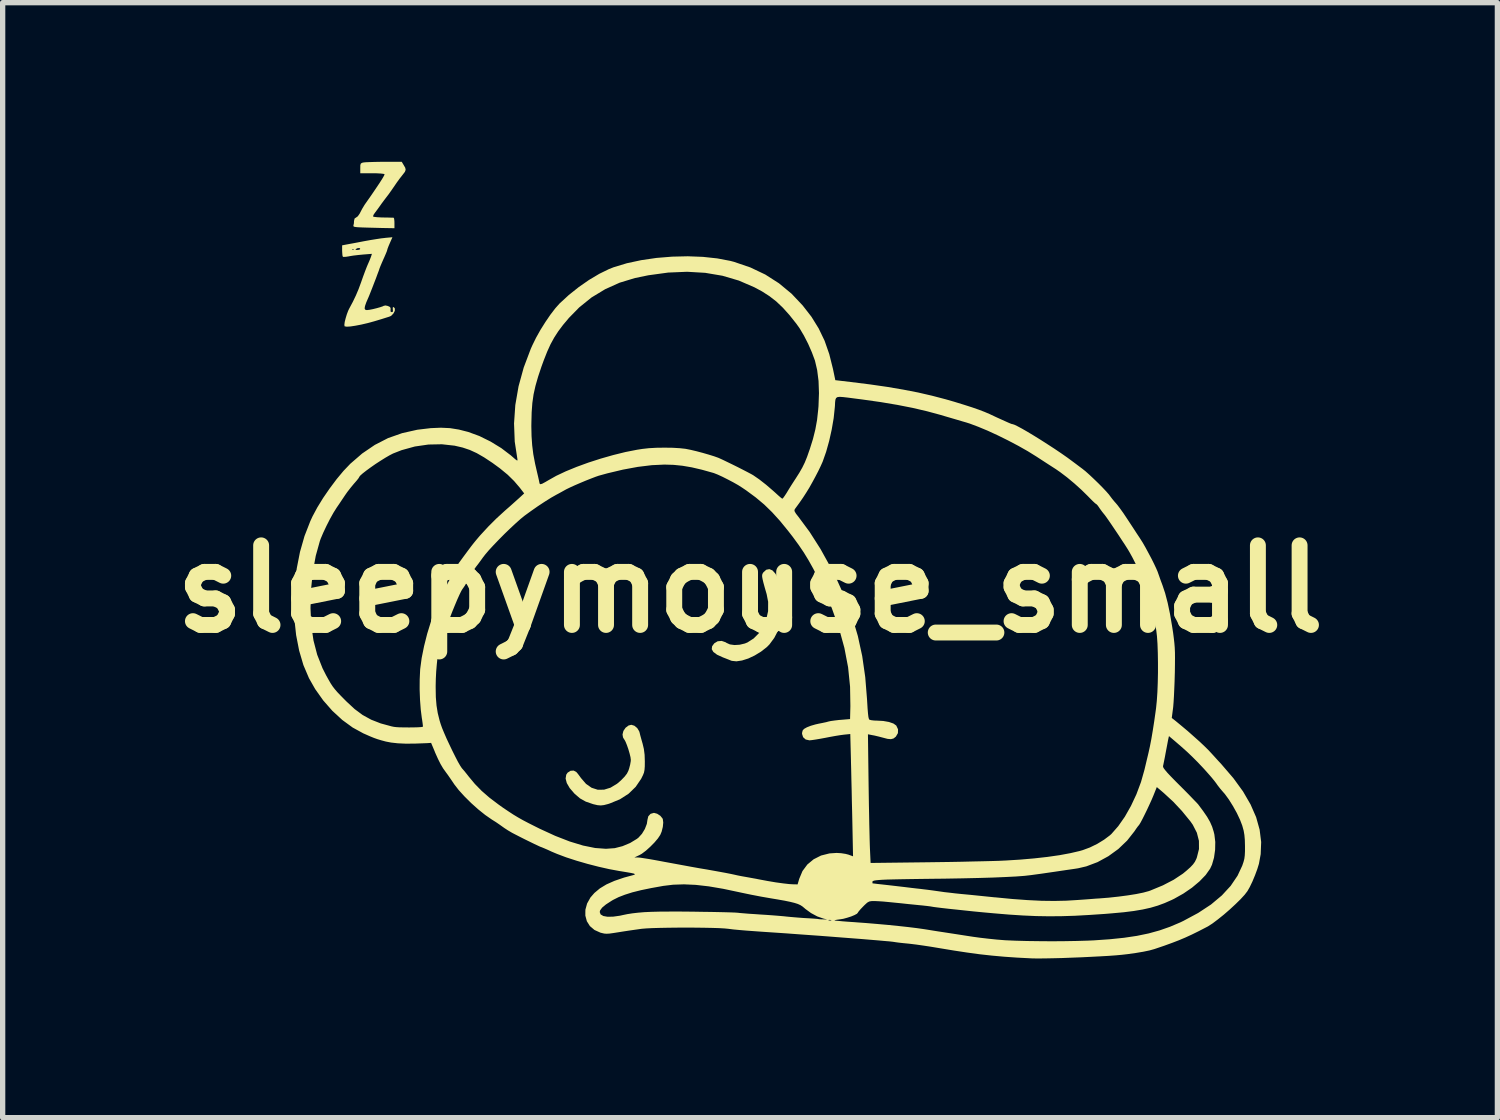
<source format=kicad_pcb>
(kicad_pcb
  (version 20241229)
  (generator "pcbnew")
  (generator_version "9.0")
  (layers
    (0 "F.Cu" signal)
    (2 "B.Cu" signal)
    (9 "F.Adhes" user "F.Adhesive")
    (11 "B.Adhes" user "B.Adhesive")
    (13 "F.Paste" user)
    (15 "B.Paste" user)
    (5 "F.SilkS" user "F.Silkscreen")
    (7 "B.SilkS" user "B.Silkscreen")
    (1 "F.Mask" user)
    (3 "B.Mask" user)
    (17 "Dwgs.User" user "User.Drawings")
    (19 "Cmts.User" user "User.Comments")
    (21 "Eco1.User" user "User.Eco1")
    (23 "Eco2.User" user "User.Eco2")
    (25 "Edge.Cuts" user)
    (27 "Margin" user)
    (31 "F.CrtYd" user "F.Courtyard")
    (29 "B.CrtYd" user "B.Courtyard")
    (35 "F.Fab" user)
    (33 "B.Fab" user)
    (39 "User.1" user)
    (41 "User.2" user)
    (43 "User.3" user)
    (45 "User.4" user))
  (footprint "sleepymouse_small"
    (layer "F.Cu")
    (at 11.086 8.05)
    (property "Reference" "sleepymouse_small" (at 0 0 0) (layer "F.SilkS") (effects (font (size 1.5 1.5) (thickness 0.3))))
    (attr board_only exclude_from_pos_files exclude_from_bom)
    (fp_poly (pts (xy 0.422 -0.35) (xy 0.476 -0.291) (xy 0.499 -0.253) (xy 0.533 -0.174) (xy 0.567 -0.074) (xy 0.599 0.036) (xy 0.624 0.144) (xy 0.641 0.236) (xy 0.645 0.289) (xy 0.631 0.45) (xy 0.592 0.615) (xy 0.533 0.776) (xy 0.456 0.923) (xy 0.366 1.045) (xy 0.317 1.095) (xy 0.207 1.181) (xy 0.087 1.254) (xy -0.034 1.311) (xy -0.151 1.348) (xy -0.257 1.364) (xy -0.343 1.355) (xy -0.361 1.349) (xy -0.4 1.333) (xy -0.461 1.309) (xy -0.513 1.289) (xy -0.622 1.239) (xy -0.691 1.188) (xy -0.722 1.135) (xy -0.715 1.08) (xy -0.675 1.025) (xy -0.611 0.986) (xy -0.535 0.979) (xy -0.462 1.004) (xy -0.444 1.016) (xy -0.38 1.045) (xy -0.294 1.057) (xy -0.195 1.051) (xy -0.098 1.028) (xy -0.049 1.008) (xy 0.068 0.933) (xy 0.172 0.828) (xy 0.255 0.701) (xy 0.3 0.597) (xy 0.34 0.419) (xy 0.341 0.242) (xy 0.313 0.098) (xy 0.277 -0.026) (xy 0.252 -0.118) (xy 0.236 -0.185) (xy 0.228 -0.231) (xy 0.228 -0.262) (xy 0.234 -0.285) (xy 0.246 -0.305) (xy 0.251 -0.313) (xy 0.305 -0.362) (xy 0.364 -0.374)) (stroke (width 0) (type solid)) (fill yes) (layer "F.SilkS"))
    (fp_poly (pts (xy -2.181 2.577) (xy -2.127 2.621) (xy -2.09 2.681) (xy -2.081 2.709) (xy -2.07 2.755) (xy -2.051 2.824) (xy -2.029 2.902) (xy -2.026 2.911) (xy -2.001 3.016) (xy -1.987 3.126) (xy -1.983 3.253) (xy -1.984 3.345) (xy -1.989 3.41) (xy -1.999 3.461) (xy -2.018 3.509) (xy -2.048 3.569) (xy -2.051 3.576) (xy -2.155 3.729) (xy -2.289 3.859) (xy -2.452 3.964) (xy -2.642 4.042) (xy -2.675 4.053) (xy -2.753 4.073) (xy -2.813 4.08) (xy -2.874 4.075) (xy -2.952 4.057) (xy -2.965 4.053) (xy -3.096 4.008) (xy -3.205 3.947) (xy -3.306 3.86) (xy -3.311 3.855) (xy -3.399 3.753) (xy -3.454 3.658) (xy -3.476 3.573) (xy -3.464 3.5) (xy -3.438 3.462) (xy -3.384 3.427) (xy -3.324 3.423) (xy -3.274 3.45) (xy -3.245 3.484) (xy -3.206 3.536) (xy -3.186 3.564) (xy -3.091 3.674) (xy -2.986 3.747) (xy -2.871 3.784) (xy -2.752 3.783) (xy -2.629 3.745) (xy -2.505 3.67) (xy -2.431 3.606) (xy -2.364 3.537) (xy -2.32 3.48) (xy -2.292 3.423) (xy -2.278 3.381) (xy -2.26 3.312) (xy -2.249 3.249) (xy -2.247 3.221) (xy -2.253 3.171) (xy -2.27 3.101) (xy -2.293 3.022) (xy -2.32 2.944) (xy -2.346 2.88) (xy -2.368 2.839) (xy -2.374 2.833) (xy -2.394 2.798) (xy -2.403 2.745) (xy -2.403 2.741) (xy -2.387 2.676) (xy -2.346 2.616) (xy -2.291 2.574) (xy -2.238 2.56)) (stroke (width 0) (type solid)) (fill yes) (layer "F.SilkS"))
    (fp_poly (pts (xy -6.526 -7.986) (xy -6.498 -7.937) (xy -6.491 -7.899) (xy -6.505 -7.861) (xy -6.544 -7.81) (xy -6.556 -7.795) (xy -6.606 -7.731) (xy -6.662 -7.654) (xy -6.697 -7.602) (xy -6.751 -7.524) (xy -6.811 -7.439) (xy -6.847 -7.392) (xy -6.898 -7.325) (xy -6.947 -7.259) (xy -6.975 -7.219) (xy -7.019 -7.158) (xy -7.063 -7.099) (xy -7.07 -7.09) (xy -7.097 -7.05) (xy -7.105 -7.022) (xy -7.103 -7.018) (xy -7.079 -7.012) (xy -7.025 -7.006) (xy -6.951 -7.002) (xy -6.91 -7.001) (xy -6.83 -7) (xy -6.765 -6.998) (xy -6.724 -6.997) (xy -6.716 -6.996) (xy -6.708 -6.978) (xy -6.703 -6.932) (xy -6.702 -6.897) (xy -6.702 -6.799) (xy -6.931 -6.803) (xy -7.043 -6.806) (xy -7.161 -6.809) (xy -7.268 -6.812) (xy -7.324 -6.814) (xy -7.404 -6.818) (xy -7.452 -6.824) (xy -7.474 -6.834) (xy -7.476 -6.848) (xy -7.475 -6.851) (xy -7.466 -6.892) (xy -7.464 -6.935) (xy -7.453 -6.982) (xy -7.424 -7.001) (xy -7.392 -7.024) (xy -7.358 -7.073) (xy -7.346 -7.096) (xy -7.311 -7.163) (xy -7.266 -7.238) (xy -7.244 -7.27) (xy -7.14 -7.418) (xy -7.053 -7.546) (xy -6.982 -7.652) (xy -6.93 -7.734) (xy -6.898 -7.789) (xy -6.888 -7.816) (xy -6.889 -7.818) (xy -6.911 -7.824) (xy -6.965 -7.83) (xy -7.041 -7.834) (xy -7.123 -7.835) (xy -7.346 -7.835) (xy -7.346 -7.93) (xy -7.345 -7.988) (xy -7.335 -8.018) (xy -7.311 -8.032) (xy -7.285 -8.038) (xy -7.246 -8.042) (xy -7.175 -8.045) (xy -7.081 -8.048) (xy -6.972 -8.05) (xy -6.894 -8.05) (xy -6.564 -8.05)) (stroke (width 0) (type solid)) (fill yes) (layer "F.SilkS"))
    (fp_poly (pts (xy -6.789 -6.518) (xy -6.815 -6.457) (xy -6.833 -6.409) (xy -6.838 -6.389) (xy -6.846 -6.363) (xy -6.867 -6.312) (xy -6.896 -6.245) (xy -6.904 -6.228) (xy -6.937 -6.153) (xy -6.965 -6.087) (xy -6.983 -6.042) (xy -6.984 -6.037) (xy -6.996 -6.001) (xy -7.02 -5.938) (xy -7.05 -5.856) (xy -7.085 -5.766) (xy -7.12 -5.675) (xy -7.152 -5.594) (xy -7.177 -5.531) (xy -7.19 -5.5) (xy -7.233 -5.401) (xy -7.257 -5.332) (xy -7.264 -5.288) (xy -7.255 -5.265) (xy -7.229 -5.256) (xy -7.221 -5.256) (xy -7.174 -5.261) (xy -7.108 -5.274) (xy -7.035 -5.292) (xy -6.968 -5.311) (xy -6.919 -5.328) (xy -6.905 -5.336) (xy -6.87 -5.343) (xy -6.825 -5.333) (xy -6.784 -5.313) (xy -6.773 -5.284) (xy -6.775 -5.265) (xy -6.775 -5.227) (xy -6.752 -5.217) (xy -6.731 -5.226) (xy -6.731 -5.26) (xy -6.733 -5.266) (xy -6.734 -5.304) (xy -6.718 -5.314) (xy -6.698 -5.292) (xy -6.694 -5.282) (xy -6.695 -5.241) (xy -6.721 -5.192) (xy -6.76 -5.151) (xy -6.775 -5.142) (xy -6.805 -5.13) (xy -6.866 -5.111) (xy -6.948 -5.085) (xy -7.045 -5.056) (xy -7.085 -5.044) (xy -7.21 -5.01) (xy -7.33 -4.982) (xy -7.44 -4.961) (xy -7.532 -4.947) (xy -7.6 -4.943) (xy -7.638 -4.949) (xy -7.642 -4.952) (xy -7.646 -4.979) (xy -7.639 -5.033) (xy -7.622 -5.101) (xy -7.6 -5.174) (xy -7.575 -5.241) (xy -7.557 -5.279) (xy -7.485 -5.414) (xy -7.428 -5.533) (xy -7.378 -5.651) (xy -7.329 -5.784) (xy -7.325 -5.796) (xy -7.29 -5.895) (xy -7.254 -5.992) (xy -7.222 -6.074) (xy -7.203 -6.119) (xy -7.174 -6.185) (xy -7.151 -6.243) (xy -7.141 -6.27) (xy -7.127 -6.316) (xy -7.291 -6.303) (xy -7.383 -6.294) (xy -7.477 -6.283) (xy -7.551 -6.271) (xy -7.558 -6.269) (xy -7.618 -6.26) (xy -7.661 -6.258) (xy -7.674 -6.261) (xy -7.682 -6.286) (xy -7.686 -6.337) (xy -7.688 -6.375) (xy -7.688 -6.402) (xy -7.496 -6.402) (xy -7.494 -6.39) (xy -7.483 -6.389) (xy -7.47 -6.395) (xy -7.438 -6.395) (xy -7.417 -6.39) (xy -7.4 -6.389) (xy -7.361 -6.395) (xy -7.346 -6.409) (xy -7.361 -6.426) (xy -7.396 -6.423) (xy -7.425 -6.409) (xy -7.438 -6.395) (xy -7.47 -6.395) (xy -7.467 -6.396) (xy -7.47 -6.402) (xy -7.493 -6.404) (xy -7.496 -6.402) (xy -7.688 -6.402) (xy -7.688 -6.476) (xy -7.61 -6.491) (xy -7.562 -6.5) (xy -7.485 -6.514) (xy -7.389 -6.532) (xy -7.286 -6.552) (xy -7.27 -6.555) (xy -7.159 -6.575) (xy -7.048 -6.593) (xy -6.95 -6.608) (xy -6.877 -6.616) (xy -6.875 -6.617) (xy -6.74 -6.629)) (stroke (width 0) (type solid)) (fill yes) (layer "F.SilkS"))
    (fp_poly (pts (xy -0.888 -6.259) (xy -0.618 -6.23) (xy -0.371 -6.183) (xy -0.303 -6.165) (xy 0.005 -6.06) (xy 0.287 -5.926) (xy 0.545 -5.761) (xy 0.782 -5.565) (xy 0.991 -5.344) (xy 1.158 -5.129) (xy 1.294 -4.909) (xy 1.405 -4.678) (xy 1.493 -4.426) (xy 1.563 -4.146) (xy 1.564 -4.141) (xy 1.607 -3.935) (xy 1.903 -3.9) (xy 2.262 -3.855) (xy 2.588 -3.808) (xy 2.887 -3.757) (xy 3.166 -3.703) (xy 3.43 -3.642) (xy 3.686 -3.575) (xy 3.849 -3.528) (xy 4.034 -3.471) (xy 4.187 -3.422) (xy 4.313 -3.378) (xy 4.42 -3.337) (xy 4.511 -3.298) (xy 4.52 -3.294) (xy 4.652 -3.232) (xy 4.754 -3.186) (xy 4.829 -3.152) (xy 4.881 -3.129) (xy 4.915 -3.115) (xy 4.935 -3.108) (xy 4.944 -3.107) (xy 4.98 -3.096) (xy 5.042 -3.066) (xy 5.128 -3.02) (xy 5.232 -2.96) (xy 5.35 -2.889) (xy 5.476 -2.811) (xy 5.607 -2.727) (xy 5.738 -2.642) (xy 5.864 -2.557) (xy 5.98 -2.476) (xy 6.06 -2.417) (xy 6.134 -2.362) (xy 6.211 -2.304) (xy 6.262 -2.266) (xy 6.321 -2.219) (xy 6.395 -2.153) (xy 6.478 -2.075) (xy 6.564 -1.992) (xy 6.644 -1.911) (xy 6.713 -1.838) (xy 6.763 -1.781) (xy 6.78 -1.758) (xy 6.826 -1.697) (xy 6.876 -1.637) (xy 6.882 -1.631) (xy 6.924 -1.582) (xy 6.973 -1.517) (xy 7.034 -1.432) (xy 7.108 -1.321) (xy 7.185 -1.204) (xy 7.24 -1.12) (xy 7.294 -1.037) (xy 7.34 -0.968) (xy 7.358 -0.94) (xy 7.401 -0.872) (xy 7.452 -0.783) (xy 7.507 -0.681) (xy 7.563 -0.576) (xy 7.613 -0.476) (xy 7.654 -0.389) (xy 7.682 -0.324) (xy 7.687 -0.309) (xy 7.708 -0.25) (xy 7.736 -0.17) (xy 7.768 -0.084) (xy 7.774 -0.068) (xy 7.823 0.079) (xy 7.871 0.262) (xy 7.916 0.477) (xy 7.957 0.72) (xy 7.974 0.83) (xy 7.987 0.931) (xy 7.997 1.019) (xy 8.004 1.105) (xy 8.008 1.195) (xy 8.009 1.299) (xy 8.008 1.424) (xy 8.006 1.578) (xy 8.005 1.602) (xy 8.001 1.747) (xy 7.995 1.89) (xy 7.989 2.023) (xy 7.982 2.137) (xy 7.975 2.224) (xy 7.971 2.256) (xy 7.948 2.431) (xy 8.023 2.49) (xy 8.133 2.581) (xy 8.25 2.679) (xy 8.365 2.781) (xy 8.474 2.878) (xy 8.568 2.967) (xy 8.641 3.039) (xy 8.665 3.065) (xy 8.737 3.143) (xy 8.815 3.229) (xy 8.885 3.305) (xy 8.891 3.312) (xy 9.11 3.567) (xy 9.291 3.816) (xy 9.433 4.061) (xy 9.538 4.301) (xy 9.604 4.537) (xy 9.633 4.769) (xy 9.624 4.998) (xy 9.591 5.179) (xy 9.56 5.28) (xy 9.517 5.396) (xy 9.468 5.514) (xy 9.417 5.62) (xy 9.374 5.695) (xy 9.322 5.763) (xy 9.244 5.848) (xy 9.148 5.942) (xy 9.041 6.041) (xy 8.928 6.139) (xy 8.817 6.228) (xy 8.716 6.304) (xy 8.629 6.36) (xy 8.608 6.371) (xy 8.457 6.449) (xy 8.325 6.514) (xy 8.203 6.57) (xy 8.082 6.621) (xy 7.952 6.671) (xy 7.803 6.725) (xy 7.626 6.785) (xy 7.62 6.787) (xy 7.531 6.812) (xy 7.411 6.837) (xy 7.268 6.861) (xy 7.111 6.883) (xy 7.005 6.895) (xy 6.896 6.905) (xy 6.759 6.915) (xy 6.6 6.924) (xy 6.427 6.933) (xy 6.244 6.942) (xy 6.059 6.949) (xy 5.879 6.956) (xy 5.709 6.96) (xy 5.557 6.963) (xy 5.428 6.964) (xy 5.33 6.963) (xy 5.305 6.962) (xy 5.035 6.948) (xy 4.79 6.931) (xy 4.558 6.91) (xy 4.33 6.885) (xy 4.095 6.853) (xy 3.844 6.815) (xy 3.566 6.769) (xy 3.536 6.764) (xy 3.404 6.742) (xy 3.265 6.721) (xy 3.132 6.702) (xy 3.018 6.688) (xy 2.97 6.683) (xy 2.878 6.674) (xy 2.799 6.665) (xy 2.741 6.657) (xy 2.716 6.653) (xy 2.688 6.649) (xy 2.625 6.642) (xy 2.53 6.634) (xy 2.408 6.623) (xy 2.262 6.611) (xy 2.096 6.597) (xy 1.913 6.583) (xy 1.718 6.568) (xy 1.513 6.552) (xy 1.304 6.536) (xy 1.093 6.521) (xy 0.885 6.506) (xy 0.683 6.491) (xy 0.491 6.478) (xy 0.312 6.466) (xy 0.195 6.458) (xy 0.056 6.448) (xy -0.081 6.438) (xy -0.208 6.427) (xy -0.315 6.417) (xy -0.394 6.407) (xy -0.41 6.405) (xy -0.483 6.398) (xy -0.588 6.392) (xy -0.719 6.388) (xy -0.87 6.385) (xy -1.036 6.383) (xy -1.208 6.382) (xy -1.382 6.383) (xy -1.55 6.385) (xy -1.707 6.388) (xy -1.846 6.392) (xy -1.961 6.398) (xy -2.045 6.405) (xy -2.052 6.406) (xy -2.15 6.42) (xy -2.27 6.437) (xy -2.394 6.456) (xy -2.475 6.469) (xy -2.577 6.485) (xy -2.65 6.495) (xy -2.703 6.498) (xy -2.747 6.495) (xy -2.79 6.485) (xy -2.819 6.478) (xy -2.932 6.427) (xy -3.018 6.354) (xy -3.076 6.262) (xy -3.08 6.246) (xy 1.478 6.246) (xy 1.504 6.249) (xy 1.525 6.247) (xy 1.59 6.247) (xy 1.611 6.251) (xy 1.666 6.256) (xy 1.747 6.264) (xy 1.85 6.272) (xy 1.969 6.28) (xy 2.006 6.283) (xy 2.197 6.297) (xy 2.398 6.314) (xy 2.6 6.332) (xy 2.797 6.352) (xy 2.98 6.372) (xy 3.143 6.392) (xy 3.277 6.411) (xy 3.322 6.418) (xy 3.39 6.429) (xy 3.463 6.441) (xy 3.546 6.454) (xy 3.644 6.469) (xy 3.761 6.487) (xy 3.904 6.509) (xy 4.077 6.536) (xy 4.201 6.555) (xy 4.34 6.574) (xy 4.495 6.592) (xy 4.65 6.608) (xy 4.787 6.619) (xy 4.816 6.621) (xy 5.002 6.629) (xy 5.216 6.635) (xy 5.449 6.638) (xy 5.69 6.64) (xy 5.93 6.638) (xy 6.157 6.634) (xy 6.362 6.628) (xy 6.477 6.623) (xy 6.779 6.602) (xy 7.049 6.574) (xy 7.291 6.538) (xy 7.513 6.492) (xy 7.719 6.435) (xy 7.916 6.366) (xy 8.109 6.284) (xy 8.167 6.256) (xy 8.446 6.106) (xy 8.688 5.947) (xy 8.892 5.776) (xy 9.058 5.596) (xy 9.188 5.404) (xy 9.276 5.216) (xy 9.3 5.146) (xy 9.316 5.085) (xy 9.324 5.022) (xy 9.328 4.943) (xy 9.328 4.846) (xy 9.325 4.729) (xy 9.317 4.637) (xy 9.303 4.555) (xy 9.279 4.469) (xy 9.277 4.461) (xy 9.234 4.349) (xy 9.174 4.222) (xy 9.101 4.091) (xy 9.024 3.968) (xy 8.949 3.865) (xy 8.918 3.83) (xy 8.863 3.766) (xy 8.811 3.699) (xy 8.786 3.663) (xy 8.755 3.622) (xy 8.704 3.559) (xy 8.637 3.482) (xy 8.562 3.398) (xy 8.525 3.358) (xy 8.427 3.255) (xy 8.335 3.163) (xy 8.241 3.073) (xy 8.136 2.979) (xy 8.011 2.871) (xy 7.959 2.827) (xy 7.895 2.773) (xy 7.885 2.817) (xy 7.877 2.855) (xy 7.865 2.92) (xy 7.849 3.004) (xy 7.835 3.077) (xy 7.818 3.169) (xy 7.802 3.249) (xy 7.79 3.309) (xy 7.784 3.335) (xy 7.784 3.353) (xy 7.796 3.378) (xy 7.823 3.414) (xy 7.866 3.465) (xy 7.93 3.533) (xy 8.017 3.622) (xy 8.092 3.697) (xy 8.185 3.79) (xy 8.27 3.876) (xy 8.342 3.951) (xy 8.398 4.009) (xy 8.433 4.046) (xy 8.442 4.055) (xy 8.539 4.185) (xy 8.614 4.294) (xy 8.669 4.39) (xy 8.709 4.481) (xy 8.738 4.574) (xy 8.751 4.627) (xy 8.768 4.767) (xy 8.765 4.917) (xy 8.744 5.065) (xy 8.706 5.197) (xy 8.671 5.272) (xy 8.587 5.391) (xy 8.471 5.511) (xy 8.329 5.63) (xy 8.167 5.741) (xy 7.991 5.84) (xy 7.943 5.863) (xy 7.814 5.92) (xy 7.684 5.968) (xy 7.548 6.008) (xy 7.4 6.041) (xy 7.234 6.069) (xy 7.043 6.093) (xy 6.823 6.113) (xy 6.692 6.124) (xy 6.395 6.144) (xy 6.125 6.159) (xy 5.874 6.167) (xy 5.632 6.169) (xy 5.393 6.165) (xy 5.145 6.154) (xy 4.882 6.137) (xy 4.595 6.113) (xy 4.396 6.095) (xy 4.22 6.078) (xy 4.05 6.06) (xy 3.891 6.043) (xy 3.747 6.028) (xy 3.624 6.014) (xy 3.526 6.002) (xy 3.458 5.993) (xy 3.429 5.988) (xy 3.393 5.982) (xy 3.329 5.974) (xy 3.248 5.965) (xy 3.195 5.96) (xy 3.097 5.95) (xy 2.976 5.938) (xy 2.847 5.924) (xy 2.726 5.912) (xy 2.615 5.901) (xy 2.509 5.891) (xy 2.417 5.885) (xy 2.351 5.882) (xy 2.343 5.882) (xy 2.285 5.883) (xy 2.245 5.891) (xy 2.208 5.912) (xy 2.163 5.953) (xy 2.133 5.983) (xy 2.084 6.034) (xy 2.048 6.076) (xy 2.032 6.1) (xy 2.032 6.101) (xy 2.015 6.121) (xy 1.969 6.146) (xy 1.904 6.173) (xy 1.829 6.197) (xy 1.755 6.217) (xy 1.698 6.226) (xy 1.638 6.234) (xy 1.599 6.242) (xy 1.59 6.247) (xy 1.525 6.247) (xy 1.532 6.246) (xy 1.529 6.239) (xy 1.489 6.237) (xy 1.48 6.239) (xy 1.478 6.246) (xy -3.08 6.246) (xy -3.104 6.157) (xy -3.104 6.089) (xy -2.833 6.089) (xy -2.816 6.134) (xy -2.765 6.164) (xy -2.686 6.178) (xy -2.58 6.176) (xy -2.452 6.158) (xy -2.403 6.147) (xy -2.311 6.128) (xy -2.214 6.113) (xy -2.109 6.101) (xy -1.99 6.091) (xy -1.853 6.085) (xy -1.694 6.081) (xy -1.509 6.08) (xy -1.293 6.08) (xy -1.075 6.082) (xy -0.902 6.085) (xy -0.739 6.087) (xy -0.591 6.09) (xy -0.463 6.093) (xy -0.358 6.096) (xy -0.282 6.099) (xy -0.239 6.102) (xy -0.234 6.102) (xy -0.193 6.107) (xy -0.12 6.113) (xy -0.024 6.121) (xy 0.087 6.128) (xy 0.186 6.135) (xy 0.312 6.143) (xy 0.436 6.152) (xy 0.548 6.161) (xy 0.639 6.169) (xy 0.684 6.174) (xy 0.767 6.182) (xy 0.873 6.191) (xy 0.986 6.2) (xy 1.055 6.204) (xy 1.144 6.209) (xy 1.217 6.214) (xy 1.266 6.218) (xy 1.284 6.221) (xy 1.304 6.224) (xy 1.35 6.227) (xy 1.372 6.227) (xy 1.456 6.23) (xy 1.382 6.212) (xy 1.268 6.172) (xy 1.149 6.108) (xy 1.042 6.03) (xy 1.024 6.014) (xy 0.988 5.984) (xy 0.949 5.959) (xy 0.901 5.937) (xy 0.838 5.917) (xy 0.757 5.897) (xy 0.651 5.875) (xy 0.515 5.851) (xy 0.401 5.832) (xy 0.211 5.799) (xy 0.024 5.763) (xy -0.145 5.728) (xy -0.205 5.715) (xy -0.507 5.651) (xy -0.778 5.605) (xy -1.023 5.577) (xy -1.246 5.567) (xy -1.45 5.574) (xy -1.633 5.596) (xy -1.861 5.637) (xy -2.055 5.677) (xy -2.219 5.718) (xy -2.358 5.762) (xy -2.477 5.808) (xy -2.581 5.86) (xy -2.608 5.876) (xy -2.716 5.946) (xy -2.788 6.006) (xy -2.826 6.058) (xy -2.833 6.089) (xy -3.104 6.089) (xy -3.103 6.044) (xy -3.071 5.928) (xy -3.008 5.815) (xy -2.934 5.73) (xy -2.83 5.643) (xy -2.706 5.568) (xy -2.555 5.501) (xy -2.373 5.439) (xy -2.247 5.405) (xy -2.202 5.393) (xy -2.175 5.383) (xy -2.171 5.374) (xy -2.191 5.364) (xy -2.24 5.353) (xy -2.321 5.339) (xy -2.436 5.32) (xy -2.462 5.316) (xy -2.651 5.281) (xy -2.855 5.235) (xy -3.065 5.181) (xy -3.272 5.121) (xy -3.466 5.058) (xy -3.636 4.994) (xy -3.736 4.952) (xy -3.814 4.916) (xy -3.879 4.888) (xy -3.922 4.87) (xy -3.935 4.865) (xy -3.957 4.857) (xy -4.006 4.834) (xy -4.076 4.801) (xy -4.158 4.761) (xy -4.246 4.718) (xy -4.333 4.674) (xy -4.411 4.634) (xy -4.473 4.602) (xy -4.493 4.591) (xy -4.564 4.549) (xy -4.633 4.504) (xy -4.668 4.479) (xy -4.72 4.442) (xy -4.79 4.394) (xy -4.865 4.347) (xy -4.871 4.343) (xy -4.992 4.259) (xy -5.123 4.154) (xy -5.255 4.036) (xy -5.38 3.912) (xy -5.49 3.791) (xy -5.576 3.68) (xy -5.591 3.657) (xy -5.642 3.582) (xy -5.696 3.504) (xy -5.73 3.458) (xy -5.785 3.381) (xy -5.833 3.3) (xy -5.881 3.204) (xy -5.935 3.084) (xy -5.945 3.058) (xy -6.011 2.901) (xy -6.087 2.906) (xy -6.303 2.914) (xy -6.484 2.916) (xy -6.637 2.909) (xy -6.764 2.895) (xy -6.863 2.876) (xy -6.949 2.853) (xy -7.019 2.832) (xy -7.087 2.808) (xy -7.163 2.777) (xy -7.26 2.734) (xy -7.288 2.722) (xy -7.489 2.612) (xy -7.685 2.469) (xy -7.872 2.297) (xy -8.044 2.101) (xy -8.196 1.887) (xy -8.313 1.681) (xy -8.418 1.434) (xy -8.498 1.162) (xy -8.555 0.87) (xy -8.588 0.564) (xy -8.593 0.355) (xy -8.284 0.355) (xy -8.284 0.367) (xy -8.27 0.681) (xy -8.228 0.97) (xy -8.158 1.239) (xy -8.058 1.493) (xy -7.988 1.631) (xy -7.941 1.715) (xy -7.903 1.781) (xy -7.866 1.837) (xy -7.826 1.889) (xy -7.777 1.946) (xy -7.712 2.014) (xy -7.627 2.1) (xy -7.605 2.122) (xy -7.453 2.263) (xy -7.301 2.376) (xy -7.14 2.464) (xy -6.961 2.534) (xy -6.755 2.59) (xy -6.711 2.599) (xy -6.669 2.604) (xy -6.602 2.608) (xy -6.518 2.609) (xy -6.427 2.61) (xy -6.338 2.609) (xy -6.259 2.607) (xy -6.2 2.603) (xy -6.169 2.598) (xy -6.166 2.597) (xy -6.166 2.575) (xy -6.172 2.525) (xy -6.182 2.455) (xy -6.186 2.433) (xy -6.206 2.274) (xy -6.22 2.091) (xy -6.227 1.897) (xy -6.227 1.856) (xy -5.925 1.856) (xy -5.922 2.039) (xy -5.909 2.196) (xy -5.886 2.339) (xy -5.851 2.48) (xy -5.83 2.548) (xy -5.804 2.621) (xy -5.765 2.715) (xy -5.718 2.823) (xy -5.664 2.938) (xy -5.609 3.053) (xy -5.555 3.161) (xy -5.506 3.256) (xy -5.464 3.329) (xy -5.433 3.376) (xy -5.428 3.382) (xy -5.392 3.423) (xy -5.344 3.482) (xy -5.301 3.537) (xy -5.186 3.675) (xy -5.059 3.805) (xy -4.913 3.932) (xy -4.74 4.063) (xy -4.653 4.125) (xy -4.55 4.194) (xy -4.46 4.253) (xy -4.372 4.306) (xy -4.28 4.358) (xy -4.173 4.414) (xy -4.044 4.479) (xy -3.966 4.518) (xy -3.67 4.654) (xy -3.397 4.76) (xy -3.147 4.836) (xy -2.92 4.882) (xy -2.716 4.897) (xy -2.55 4.885) (xy -2.405 4.848) (xy -2.261 4.788) (xy -2.134 4.711) (xy -2.103 4.687) (xy -2.037 4.614) (xy -1.982 4.523) (xy -1.945 4.427) (xy -1.934 4.353) (xy -1.918 4.285) (xy -1.875 4.238) (xy -1.812 4.22) (xy -1.811 4.22) (xy -1.751 4.236) (xy -1.691 4.275) (xy -1.65 4.325) (xy -1.644 4.339) (xy -1.636 4.402) (xy -1.644 4.485) (xy -1.666 4.573) (xy -1.692 4.635) (xy -1.736 4.701) (xy -1.802 4.779) (xy -1.881 4.859) (xy -1.962 4.932) (xy -2.038 4.989) (xy -2.081 5.014) (xy -2.179 5.06) (xy -2.11 5.061) (xy -2.071 5.064) (xy -2 5.075) (xy -1.904 5.09) (xy -1.791 5.11) (xy -1.667 5.133) (xy -1.631 5.14) (xy -1.473 5.169) (xy -1.294 5.202) (xy -1.11 5.236) (xy -0.936 5.267) (xy -0.821 5.286) (xy -0.692 5.309) (xy -0.57 5.331) (xy -0.462 5.351) (xy -0.375 5.368) (xy -0.318 5.38) (xy -0.313 5.381) (xy -0.233 5.399) (xy -0.151 5.415) (xy -0.117 5.421) (xy -0.06 5.431) (xy 0.023 5.446) (xy 0.117 5.463) (xy 0.171 5.474) (xy 0.332 5.504) (xy 0.486 5.53) (xy 0.624 5.549) (xy 0.738 5.562) (xy 0.805 5.566) (xy 0.896 5.568) (xy 0.91 5.521) (xy 2.306 5.521) (xy 2.308 5.546) (xy 2.31 5.549) (xy 2.333 5.551) (xy 2.387 5.558) (xy 2.468 5.567) (xy 2.568 5.578) (xy 2.681 5.591) (xy 2.801 5.605) (xy 2.921 5.619) (xy 3.035 5.633) (xy 3.137 5.645) (xy 3.219 5.654) (xy 3.233 5.656) (xy 3.342 5.669) (xy 3.448 5.683) (xy 3.54 5.696) (xy 3.604 5.705) (xy 3.666 5.714) (xy 3.757 5.724) (xy 3.865 5.737) (xy 3.981 5.749) (xy 4.025 5.753) (xy 4.163 5.766) (xy 4.32 5.782) (xy 4.476 5.798) (xy 4.613 5.812) (xy 4.621 5.812) (xy 4.942 5.843) (xy 5.231 5.864) (xy 5.494 5.877) (xy 5.735 5.88) (xy 5.962 5.875) (xy 6.174 5.862) (xy 6.288 5.854) (xy 6.409 5.845) (xy 6.521 5.836) (xy 6.575 5.833) (xy 6.762 5.818) (xy 6.946 5.798) (xy 7.12 5.775) (xy 7.277 5.75) (xy 7.41 5.723) (xy 7.513 5.695) (xy 7.542 5.685) (xy 7.781 5.586) (xy 7.985 5.48) (xy 8.157 5.366) (xy 8.225 5.31) (xy 8.299 5.244) (xy 8.349 5.191) (xy 8.384 5.142) (xy 8.411 5.087) (xy 8.422 5.057) (xy 8.461 4.902) (xy 8.46 4.747) (xy 8.421 4.594) (xy 8.344 4.444) (xy 8.3 4.381) (xy 8.139 4.184) (xy 7.976 4.01) (xy 7.799 3.847) (xy 7.755 3.809) (xy 7.666 3.734) (xy 7.602 3.894) (xy 7.569 3.972) (xy 7.528 4.062) (xy 7.484 4.157) (xy 7.439 4.249) (xy 7.397 4.333) (xy 7.362 4.399) (xy 7.336 4.442) (xy 7.326 4.455) (xy 7.309 4.475) (xy 7.277 4.519) (xy 7.244 4.568) (xy 7.107 4.742) (xy 6.941 4.901) (xy 6.753 5.037) (xy 6.55 5.148) (xy 6.338 5.228) (xy 6.184 5.264) (xy 6.141 5.271) (xy 6.067 5.282) (xy 5.969 5.296) (xy 5.855 5.313) (xy 5.733 5.331) (xy 5.609 5.349) (xy 5.493 5.366) (xy 5.39 5.38) (xy 5.309 5.391) (xy 5.295 5.393) (xy 5.173 5.407) (xy 5.013 5.419) (xy 4.815 5.429) (xy 4.58 5.439) (xy 4.309 5.447) (xy 4.002 5.454) (xy 3.66 5.46) (xy 3.468 5.462) (xy 3.224 5.465) (xy 3.016 5.468) (xy 2.842 5.471) (xy 2.698 5.474) (xy 2.582 5.477) (xy 2.49 5.481) (xy 2.421 5.486) (xy 2.371 5.491) (xy 2.337 5.497) (xy 2.317 5.505) (xy 2.307 5.513) (xy 2.306 5.521) (xy 0.91 5.521) (xy 0.927 5.463) (xy 0.988 5.317) (xy 1.08 5.193) (xy 1.198 5.095) (xy 1.338 5.024) (xy 1.497 4.984) (xy 1.631 4.975) (xy 1.716 4.98) (xy 1.8 4.993) (xy 1.854 5.007) (xy 1.941 5.039) (xy 1.928 4.39) (xy 1.924 4.203) (xy 1.919 4.001) (xy 1.915 3.793) (xy 1.91 3.592) (xy 1.906 3.407) (xy 1.902 3.25) (xy 1.902 3.238) (xy 1.889 2.734) (xy 1.77 2.746) (xy 1.702 2.755) (xy 1.609 2.77) (xy 1.504 2.789) (xy 1.417 2.806) (xy 1.319 2.824) (xy 1.23 2.839) (xy 1.16 2.849) (xy 1.119 2.853) (xy 1.048 2.837) (xy 1 2.794) (xy 0.98 2.731) (xy 0.981 2.71) (xy 0.991 2.668) (xy 1.017 2.638) (xy 1.07 2.608) (xy 1.075 2.606) (xy 1.143 2.579) (xy 1.229 2.554) (xy 1.29 2.54) (xy 1.366 2.525) (xy 1.436 2.51) (xy 1.476 2.499) (xy 1.522 2.489) (xy 1.594 2.479) (xy 1.679 2.469) (xy 1.71 2.467) (xy 1.885 2.452) (xy 1.891 2.208) (xy 1.885 1.842) (xy 1.848 1.477) (xy 1.778 1.111) (xy 1.676 0.74) (xy 1.541 0.362) (xy 1.371 -0.027) (xy 1.192 -0.381) (xy 1.103 -0.54) (xy 1.014 -0.686) (xy 0.917 -0.829) (xy 0.805 -0.982) (xy 0.718 -1.094) (xy 0.563 -1.284) (xy 0.415 -1.447) (xy 0.376 -1.485) (xy 0.836 -1.485) (xy 0.842 -1.458) (xy 0.867 -1.417) (xy 0.914 -1.357) (xy 1.123 -1.075) (xy 1.327 -0.755) (xy 1.526 -0.396) (xy 1.621 -0.209) (xy 1.787 0.158) (xy 1.924 0.521) (xy 2.032 0.888) (xy 2.114 1.265) (xy 2.171 1.661) (xy 2.205 2.083) (xy 2.207 2.118) (xy 2.215 2.251) (xy 2.223 2.348) (xy 2.231 2.414) (xy 2.241 2.452) (xy 2.25 2.464) (xy 2.283 2.473) (xy 2.341 2.48) (xy 2.385 2.481) (xy 2.511 2.488) (xy 2.618 2.507) (xy 2.702 2.536) (xy 2.754 2.573) (xy 2.756 2.575) (xy 2.789 2.645) (xy 2.787 2.717) (xy 2.749 2.782) (xy 2.746 2.785) (xy 2.704 2.818) (xy 2.655 2.831) (xy 2.59 2.825) (xy 2.506 2.803) (xy 2.426 2.782) (xy 2.342 2.762) (xy 2.314 2.757) (xy 2.222 2.739) (xy 2.234 3.67) (xy 2.237 3.869) (xy 2.24 4.066) (xy 2.244 4.256) (xy 2.247 4.432) (xy 2.251 4.59) (xy 2.254 4.723) (xy 2.257 4.828) (xy 2.259 4.883) (xy 2.272 5.164) (xy 3.349 5.151) (xy 3.566 5.148) (xy 3.783 5.145) (xy 3.996 5.141) (xy 4.198 5.136) (xy 4.384 5.132) (xy 4.549 5.128) (xy 4.688 5.124) (xy 4.794 5.119) (xy 4.816 5.118) (xy 5.09 5.101) (xy 5.355 5.078) (xy 5.605 5.05) (xy 5.835 5.017) (xy 6.039 4.979) (xy 6.211 4.939) (xy 6.27 4.922) (xy 6.405 4.872) (xy 6.544 4.804) (xy 6.673 4.725) (xy 6.781 4.644) (xy 6.81 4.618) (xy 6.939 4.471) (xy 7.064 4.292) (xy 7.179 4.089) (xy 7.282 3.869) (xy 7.368 3.639) (xy 7.433 3.409) (xy 7.457 3.308) (xy 7.481 3.207) (xy 7.502 3.12) (xy 7.512 3.077) (xy 7.536 2.968) (xy 7.563 2.829) (xy 7.59 2.669) (xy 7.617 2.496) (xy 7.642 2.32) (xy 7.652 2.247) (xy 7.666 2.109) (xy 7.677 1.947) (xy 7.684 1.767) (xy 7.688 1.579) (xy 7.688 1.389) (xy 7.685 1.205) (xy 7.679 1.036) (xy 7.669 0.89) (xy 7.655 0.773) (xy 7.653 0.762) (xy 7.6 0.474) (xy 7.542 0.222) (xy 7.481 0.013) (xy 7.446 -0.08) (xy 7.397 -0.197) (xy 7.338 -0.327) (xy 7.274 -0.46) (xy 7.211 -0.585) (xy 7.152 -0.692) (xy 7.122 -0.743) (xy 7.07 -0.825) (xy 7.008 -0.919) (xy 6.942 -1.02) (xy 6.874 -1.121) (xy 6.81 -1.216) (xy 6.753 -1.299) (xy 6.708 -1.363) (xy 6.679 -1.402) (xy 6.674 -1.407) (xy 6.635 -1.456) (xy 6.592 -1.515) (xy 6.583 -1.529) (xy 6.552 -1.573) (xy 6.527 -1.599) (xy 6.521 -1.602) (xy 6.503 -1.615) (xy 6.464 -1.651) (xy 6.411 -1.704) (xy 6.365 -1.751) (xy 6.247 -1.867) (xy 6.113 -1.988) (xy 5.975 -2.103) (xy 5.843 -2.203) (xy 5.765 -2.257) (xy 5.703 -2.297) (xy 5.619 -2.351) (xy 5.522 -2.414) (xy 5.422 -2.479) (xy 5.396 -2.496) (xy 5.235 -2.596) (xy 5.055 -2.698) (xy 4.863 -2.799) (xy 4.669 -2.895) (xy 4.478 -2.983) (xy 4.3 -3.057) (xy 4.143 -3.116) (xy 4.074 -3.138) (xy 4.001 -3.159) (xy 3.9 -3.189) (xy 3.784 -3.223) (xy 3.661 -3.259) (xy 3.591 -3.28) (xy 3.336 -3.349) (xy 3.067 -3.412) (xy 2.777 -3.469) (xy 2.462 -3.522) (xy 2.116 -3.571) (xy 1.983 -3.588) (xy 1.854 -3.605) (xy 1.759 -3.616) (xy 1.692 -3.621) (xy 1.648 -3.616) (xy 1.622 -3.599) (xy 1.609 -3.568) (xy 1.603 -3.52) (xy 1.6 -3.454) (xy 1.597 -3.419) (xy 1.576 -3.219) (xy 1.539 -3.004) (xy 1.491 -2.789) (xy 1.434 -2.585) (xy 1.371 -2.406) (xy 1.364 -2.389) (xy 1.331 -2.315) (xy 1.285 -2.22) (xy 1.231 -2.116) (xy 1.178 -2.018) (xy 1.117 -1.909) (xy 1.059 -1.815) (xy 0.999 -1.722) (xy 0.929 -1.621) (xy 0.845 -1.506) (xy 0.836 -1.485) (xy 0.376 -1.485) (xy 0.266 -1.592) (xy 0.106 -1.726) (xy -0.073 -1.858) (xy -0.147 -1.908) (xy -0.222 -1.956) (xy -0.317 -2.01) (xy -0.42 -2.064) (xy -0.521 -2.115) (xy -0.611 -2.156) (xy -0.679 -2.183) (xy -0.688 -2.186) (xy -0.906 -2.247) (xy -1.098 -2.292) (xy -1.274 -2.322) (xy -1.441 -2.339) (xy -1.61 -2.344) (xy -1.617 -2.344) (xy -1.852 -2.333) (xy -2.114 -2.301) (xy -2.396 -2.249) (xy -2.69 -2.179) (xy -2.853 -2.134) (xy -2.911 -2.114) (xy -2.994 -2.082) (xy -3.093 -2.043) (xy -3.198 -1.999) (xy -3.298 -1.956) (xy -3.386 -1.916) (xy -3.45 -1.885) (xy -3.468 -1.876) (xy -3.531 -1.841) (xy -3.607 -1.799) (xy -3.654 -1.774) (xy -3.751 -1.719) (xy -3.869 -1.645) (xy -3.998 -1.56) (xy -4.128 -1.469) (xy -4.249 -1.381) (xy -4.323 -1.321) (xy -4.415 -1.239) (xy -4.517 -1.144) (xy -4.625 -1.04) (xy -4.732 -0.932) (xy -4.832 -0.828) (xy -4.92 -0.733) (xy -4.989 -0.652) (xy -5.031 -0.598) (xy -5.08 -0.53) (xy -5.128 -0.465) (xy -5.161 -0.423) (xy -5.194 -0.377) (xy -5.236 -0.308) (xy -5.281 -0.23) (xy -5.292 -0.209) (xy -5.335 -0.131) (xy -5.377 -0.06) (xy -5.412 -0.009) (xy -5.42 0.001) (xy -5.443 0.039) (xy -5.476 0.107) (xy -5.518 0.2) (xy -5.564 0.31) (xy -5.614 0.432) (xy -5.663 0.559) (xy -5.71 0.684) (xy -5.751 0.802) (xy -5.786 0.906) (xy -5.793 0.928) (xy -5.818 1.011) (xy -5.841 1.085) (xy -5.858 1.139) (xy -5.863 1.153) (xy -5.878 1.215) (xy -5.892 1.308) (xy -5.904 1.424) (xy -5.915 1.554) (xy -5.922 1.689) (xy -5.925 1.823) (xy -5.925 1.856) (xy -6.227 1.856) (xy -6.226 1.705) (xy -6.218 1.53) (xy -6.216 1.504) (xy -6.189 1.302) (xy -6.144 1.079) (xy -6.085 0.845) (xy -6.013 0.611) (xy -5.933 0.388) (xy -5.847 0.188) (xy -5.822 0.137) (xy -5.747 -0.011) (xy -5.676 -0.149) (xy -5.612 -0.27) (xy -5.557 -0.372) (xy -5.513 -0.448) (xy -5.485 -0.494) (xy -5.483 -0.496) (xy -5.391 -0.622) (xy -5.317 -0.722) (xy -5.257 -0.802) (xy -5.207 -0.866) (xy -5.162 -0.921) (xy -5.118 -0.973) (xy -5.088 -1.008) (xy -4.934 -1.175) (xy -4.784 -1.325) (xy -4.618 -1.477) (xy -4.602 -1.491) (xy -4.524 -1.559) (xy -4.446 -1.629) (xy -4.378 -1.69) (xy -4.351 -1.714) (xy -4.257 -1.801) (xy -4.341 -1.91) (xy -4.447 -2.034) (xy -4.568 -2.153) (xy -4.714 -2.273) (xy -4.855 -2.376) (xy -5.012 -2.48) (xy -5.151 -2.56) (xy -5.282 -2.62) (xy -5.416 -2.665) (xy -5.562 -2.699) (xy -5.565 -2.7) (xy -5.808 -2.727) (xy -6.061 -2.722) (xy -6.317 -2.685) (xy -6.567 -2.616) (xy -6.728 -2.553) (xy -6.794 -2.519) (xy -6.875 -2.472) (xy -6.966 -2.415) (xy -7.06 -2.354) (xy -7.15 -2.291) (xy -7.232 -2.231) (xy -7.3 -2.178) (xy -7.346 -2.137) (xy -7.366 -2.111) (xy -7.366 -2.109) (xy -7.378 -2.088) (xy -7.41 -2.047) (xy -7.456 -1.994) (xy -7.46 -1.99) (xy -7.523 -1.914) (xy -7.59 -1.828) (xy -7.632 -1.768) (xy -7.687 -1.686) (xy -7.748 -1.595) (xy -7.79 -1.534) (xy -7.851 -1.437) (xy -7.918 -1.317) (xy -7.984 -1.187) (xy -8.044 -1.06) (xy -8.092 -0.947) (xy -8.108 -0.902) (xy -8.185 -0.625) (xy -8.24 -0.325) (xy -8.273 0.00027) (xy -8.284 0.355) (xy -8.593 0.355) (xy -8.596 0.248) (xy -8.582 -0.071) (xy -8.543 -0.389) (xy -8.482 -0.699) (xy -8.397 -0.997) (xy -8.288 -1.277) (xy -8.246 -1.368) (xy -8.156 -1.536) (xy -8.046 -1.715) (xy -7.922 -1.895) (xy -7.792 -2.069) (xy -7.663 -2.224) (xy -7.54 -2.353) (xy -7.539 -2.355) (xy -7.31 -2.553) (xy -7.072 -2.715) (xy -6.823 -2.843) (xy -6.556 -2.937) (xy -6.27 -3.001) (xy -6.018 -3.031) (xy -5.827 -3.039) (xy -5.655 -3.031) (xy -5.487 -3.004) (xy -5.311 -2.959) (xy -5.103 -2.883) (xy -4.892 -2.779) (xy -4.689 -2.655) (xy -4.51 -2.519) (xy -4.478 -2.491) (xy -4.425 -2.445) (xy -4.395 -2.423) (xy -4.383 -2.423) (xy -4.384 -2.443) (xy -4.384 -2.444) (xy -4.435 -2.777) (xy -4.446 -3.068) (xy -4.122 -3.068) (xy -4.118 -2.879) (xy -4.106 -2.707) (xy -4.085 -2.539) (xy -4.051 -2.36) (xy -4.016 -2.208) (xy -3.996 -2.123) (xy -3.98 -2.052) (xy -3.97 -2.004) (xy -3.967 -1.988) (xy -3.955 -1.974) (xy -3.92 -1.982) (xy -3.86 -2.014) (xy -3.802 -2.048) (xy -3.653 -2.132) (xy -3.473 -2.217) (xy -3.268 -2.301) (xy -3.046 -2.382) (xy -2.813 -2.457) (xy -2.578 -2.524) (xy -2.347 -2.581) (xy -2.128 -2.624) (xy -2.032 -2.639) (xy -1.908 -2.653) (xy -1.764 -2.661) (xy -1.611 -2.663) (xy -1.46 -2.661) (xy -1.325 -2.653) (xy -1.215 -2.641) (xy -1.211 -2.64) (xy -1.12 -2.622) (xy -1.01 -2.596) (xy -0.893 -2.565) (xy -0.779 -2.532) (xy -0.679 -2.501) (xy -0.603 -2.474) (xy -0.586 -2.467) (xy -0.518 -2.436) (xy -0.431 -2.394) (xy -0.332 -2.346) (xy -0.229 -2.295) (xy -0.131 -2.245) (xy -0.044 -2.2) (xy 0.022 -2.165) (xy 0.059 -2.144) (xy 0.175 -2.064) (xy 0.304 -1.963) (xy 0.433 -1.852) (xy 0.469 -1.82) (xy 0.527 -1.767) (xy 0.574 -1.726) (xy 0.604 -1.703) (xy 0.609 -1.701) (xy 0.625 -1.716) (xy 0.654 -1.756) (xy 0.688 -1.808) (xy 0.729 -1.876) (xy 0.782 -1.961) (xy 0.838 -2.048) (xy 0.856 -2.075) (xy 0.929 -2.19) (xy 0.985 -2.288) (xy 1.032 -2.384) (xy 1.075 -2.49) (xy 1.12 -2.619) (xy 1.124 -2.629) (xy 1.186 -2.827) (xy 1.231 -3.008) (xy 1.263 -3.185) (xy 1.284 -3.375) (xy 1.29 -3.444) (xy 1.299 -3.691) (xy 1.291 -3.92) (xy 1.265 -4.125) (xy 1.224 -4.3) (xy 1.222 -4.307) (xy 1.165 -4.46) (xy 1.095 -4.62) (xy 1.016 -4.774) (xy 0.935 -4.911) (xy 0.877 -4.993) (xy 0.743 -5.162) (xy 0.618 -5.301) (xy 0.495 -5.418) (xy 0.366 -5.518) (xy 0.226 -5.608) (xy 0.081 -5.686) (xy -0.211 -5.812) (xy -0.52 -5.903) (xy -0.845 -5.958) (xy -1.186 -5.978) (xy -1.543 -5.963) (xy -1.916 -5.912) (xy -2.169 -5.86) (xy -2.458 -5.772) (xy -2.731 -5.649) (xy -2.987 -5.494) (xy -3.22 -5.306) (xy -3.413 -5.109) (xy -3.523 -4.978) (xy -3.614 -4.857) (xy -3.691 -4.738) (xy -3.76 -4.612) (xy -3.824 -4.471) (xy -3.889 -4.306) (xy -3.931 -4.191) (xy -3.995 -3.999) (xy -4.044 -3.828) (xy -4.08 -3.667) (xy -4.103 -3.505) (xy -4.116 -3.33) (xy -4.121 -3.131) (xy -4.122 -3.068) (xy -4.446 -3.068) (xy -4.448 -3.119) (xy -4.424 -3.467) (xy -4.363 -3.819) (xy -4.266 -4.172) (xy -4.133 -4.525) (xy -4.103 -4.592) (xy -4.034 -4.733) (xy -3.95 -4.883) (xy -3.857 -5.031) (xy -3.762 -5.17) (xy -3.67 -5.29) (xy -3.59 -5.38) (xy -3.417 -5.539) (xy -3.229 -5.689) (xy -3.035 -5.824) (xy -2.842 -5.939) (xy -2.658 -6.029) (xy -2.569 -6.064) (xy -2.321 -6.139) (xy -2.05 -6.197) (xy -1.763 -6.239) (xy -1.468 -6.263) (xy -1.174 -6.27)) (stroke (width 0) (type solid)) (fill yes) (layer "F.SilkS")))
  (gr_rect
    (start -3 -3)
    (end 25.171 18.014)
    (stroke (width 0.1) (type default))
    (fill no)
    (layer "Edge.Cuts")))
</source>
